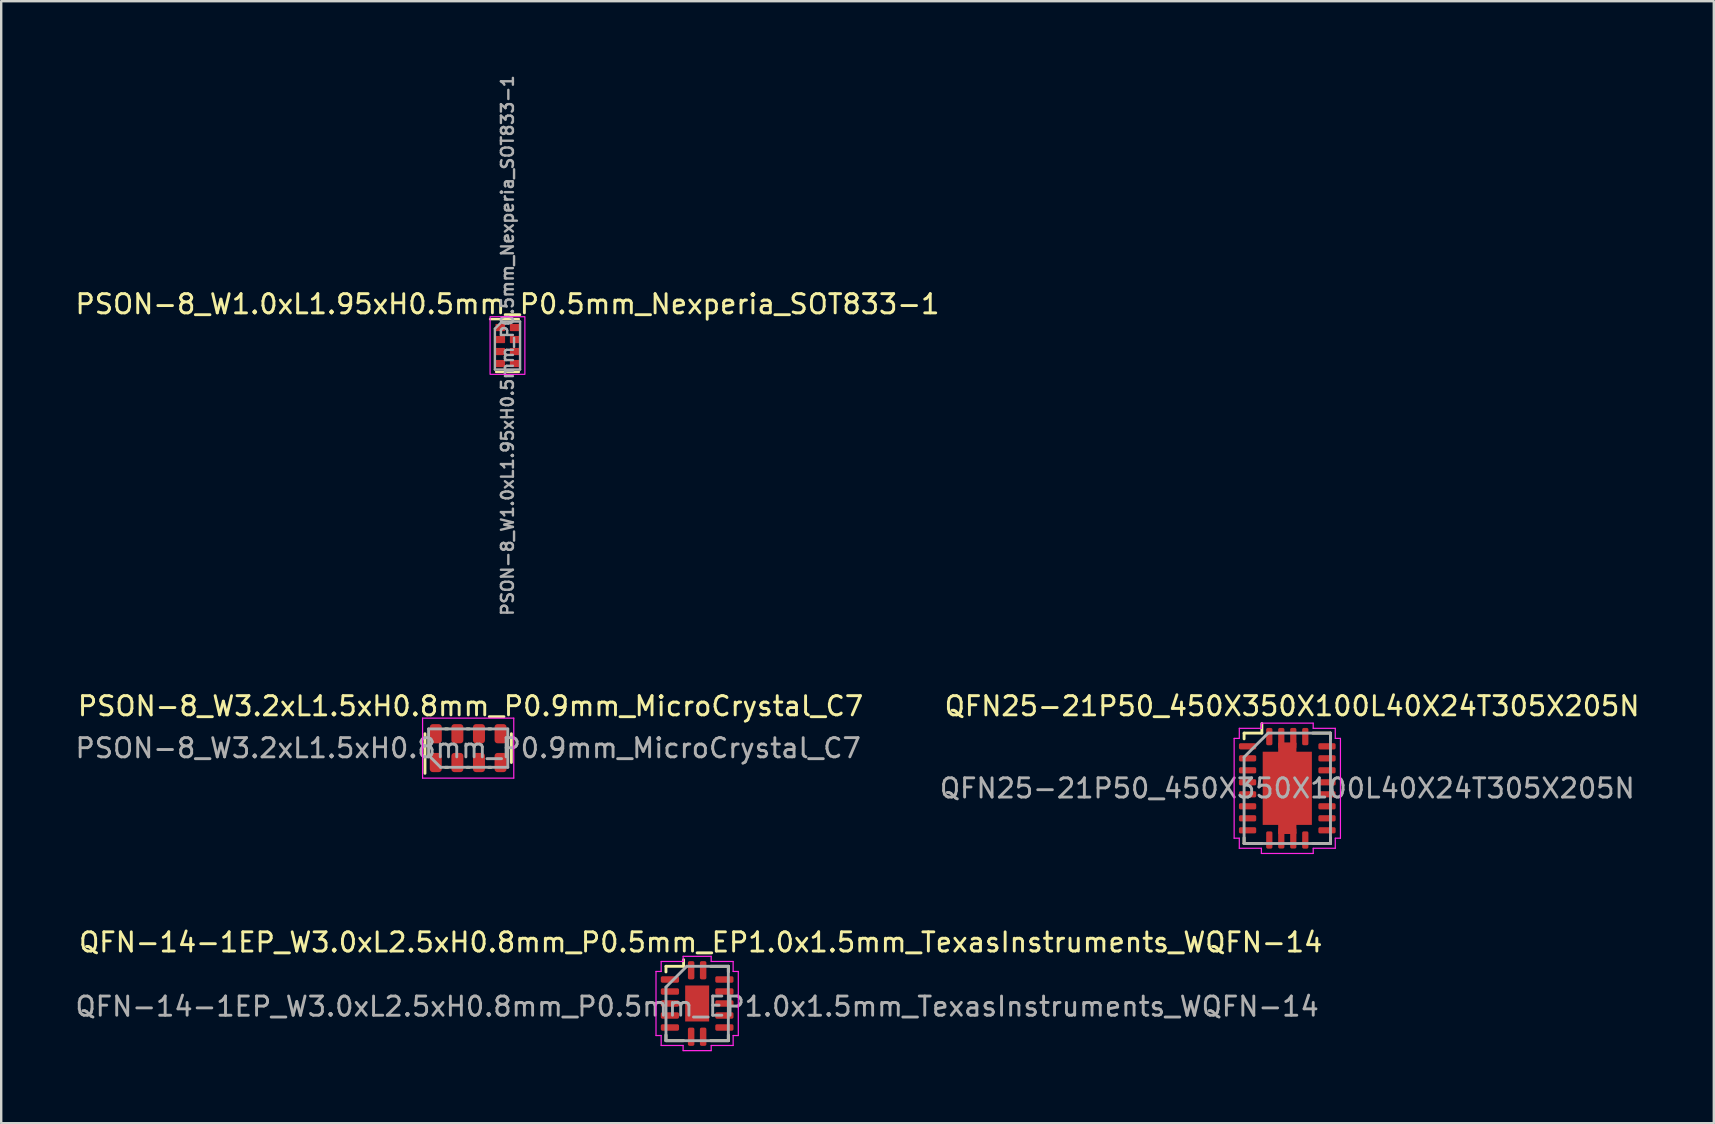
<source format=kicad_pcb>
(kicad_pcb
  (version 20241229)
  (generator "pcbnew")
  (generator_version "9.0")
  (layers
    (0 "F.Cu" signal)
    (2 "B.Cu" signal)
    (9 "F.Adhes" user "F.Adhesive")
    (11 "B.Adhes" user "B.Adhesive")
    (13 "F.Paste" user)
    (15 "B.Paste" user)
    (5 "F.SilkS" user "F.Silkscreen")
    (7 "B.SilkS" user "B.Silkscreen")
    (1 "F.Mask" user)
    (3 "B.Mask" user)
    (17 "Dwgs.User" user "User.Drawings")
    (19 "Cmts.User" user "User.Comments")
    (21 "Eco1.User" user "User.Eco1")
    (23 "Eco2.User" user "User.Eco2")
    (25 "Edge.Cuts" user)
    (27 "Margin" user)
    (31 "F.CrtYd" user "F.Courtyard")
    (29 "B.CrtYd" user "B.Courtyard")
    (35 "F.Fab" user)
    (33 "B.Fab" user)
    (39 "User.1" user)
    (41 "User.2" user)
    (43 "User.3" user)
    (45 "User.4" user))
  (footprint "QFN25-21P50_450X350X100L40X24T305X205N"
    (layer "F.Cu")
    (at 50.6 29.804)
    (property "Reference" "QFN25-21P50_450X350X100L40X24T305X205N" (at 0.2 -3.425 0) (layer "F.SilkS") (effects (font (size 0.8 0.8) (thickness 0.12))))
    (attr smd)
    (fp_line (start -1.8 -2.3) (end -1.06 -2.3) (stroke (width 0.12) (type solid)) (layer "F.SilkS"))
    (fp_line (start -1.8 -2.06) (end -1.8 -2.3) (stroke (width 0.12) (type solid)) (layer "F.SilkS"))
    (fp_line (start -1.8 2.06) (end -1.8 2.3) (stroke (width 0.12) (type solid)) (layer "F.SilkS"))
    (fp_line (start -1.8 2.3) (end -1.06 2.3) (stroke (width 0.12) (type solid)) (layer "F.SilkS"))
    (fp_line (start -1.06 -2.3) (end -1.06 -2.7) (stroke (width 0.12) (type solid)) (layer "F.SilkS"))
    (fp_line (start 1.8 -2.3) (end 1.06 -2.3) (stroke (width 0.12) (type solid)) (layer "F.SilkS"))
    (fp_line (start 1.8 -2.06) (end 1.8 -2.3) (stroke (width 0.12) (type solid)) (layer "F.SilkS"))
    (fp_line (start 1.8 2.06) (end 1.8 2.3) (stroke (width 0.12) (type solid)) (layer "F.SilkS"))
    (fp_line (start 1.8 2.3) (end 1.06 2.3) (stroke (width 0.12) (type solid)) (layer "F.SilkS"))
    (fp_line (start -2.215 -2.08) (end -2.215 2.08) (stroke (width 0.05) (type solid)) (layer "F.CrtYd"))
    (fp_line (start -2.215 2.08) (end -2 2.08) (stroke (width 0.05) (type solid)) (layer "F.CrtYd"))
    (fp_line (start -2 -2.5) (end -2 -2.08) (stroke (width 0.05) (type solid)) (layer "F.CrtYd"))
    (fp_line (start -2 -2.08) (end -2.215 -2.08) (stroke (width 0.05) (type solid)) (layer "F.CrtYd"))
    (fp_line (start -2 2.08) (end -2 2.5) (stroke (width 0.05) (type solid)) (layer "F.CrtYd"))
    (fp_line (start -2 2.5) (end -1.08 2.5) (stroke (width 0.05) (type solid)) (layer "F.CrtYd"))
    (fp_line (start -1.08 -2.715) (end -1.08 -2.5) (stroke (width 0.05) (type solid)) (layer "F.CrtYd"))
    (fp_line (start -1.08 -2.5) (end -2 -2.5) (stroke (width 0.05) (type solid)) (layer "F.CrtYd"))
    (fp_line (start -1.08 2.5) (end -1.08 2.715) (stroke (width 0.05) (type solid)) (layer "F.CrtYd"))
    (fp_line (start -1.08 2.715) (end 1.08 2.715) (stroke (width 0.05) (type solid)) (layer "F.CrtYd"))
    (fp_line (start 1.08 -2.715) (end -1.08 -2.715) (stroke (width 0.05) (type solid)) (layer "F.CrtYd"))
    (fp_line (start 1.08 -2.5) (end 1.08 -2.715) (stroke (width 0.05) (type solid)) (layer "F.CrtYd"))
    (fp_line (start 1.08 2.5) (end 2 2.5) (stroke (width 0.05) (type solid)) (layer "F.CrtYd"))
    (fp_line (start 1.08 2.715) (end 1.08 2.5) (stroke (width 0.05) (type solid)) (layer "F.CrtYd"))
    (fp_line (start 2 -2.5) (end 1.08 -2.5) (stroke (width 0.05) (type solid)) (layer "F.CrtYd"))
    (fp_line (start 2 -2.08) (end 2 -2.5) (stroke (width 0.05) (type solid)) (layer "F.CrtYd"))
    (fp_line (start 2 2.08) (end 2.215 2.08) (stroke (width 0.05) (type solid)) (layer "F.CrtYd"))
    (fp_line (start 2 2.5) (end 2 2.08) (stroke (width 0.05) (type solid)) (layer "F.CrtYd"))
    (fp_line (start 2.215 -2.08) (end 2 -2.08) (stroke (width 0.05) (type solid)) (layer "F.CrtYd"))
    (fp_line (start 2.215 2.08) (end 2.215 -2.08) (stroke (width 0.05) (type solid)) (layer "F.CrtYd"))
    (fp_line (start -1.8 -1.3) (end -0.8 -2.3) (stroke (width 0.12) (type solid)) (layer "F.Fab"))
    (fp_line (start -1.8 2.3) (end -1.8 -1.3) (stroke (width 0.12) (type solid)) (layer "F.Fab"))
    (fp_line (start -0.8 -2.3) (end 1.8 -2.3) (stroke (width 0.12) (type solid)) (layer "F.Fab"))
    (fp_line (start 1.8 -2.3) (end 1.8 2.3) (stroke (width 0.12) (type solid)) (layer "F.Fab"))
    (fp_line (start 1.8 2.3) (end -1.8 2.3) (stroke (width 0.12) (type solid)) (layer "F.Fab"))
    (fp_text user "${REFERENCE}" (at 0 0 0) (layer "F.Fab") (effects (font (size 0.8 0.8) (thickness 0.12))))
    (pad "" smd roundrect (at -0.513 0.763) (size 0.75 1.25) (layers "F.Paste") (roundrect_rratio 0.25))
    (pad "" smd roundrect (at -0.489 -0.723) (size 0.704 1.172) (layers "F.Paste") (roundrect_rratio 0.25))
    (pad "" smd roundrect (at 0.513 -0.763) (size 0.75 1.25) (layers "F.Paste") (roundrect_rratio 0.25))
    (pad "" smd roundrect (at 0.513 0.763) (size 0.75 1.25) (layers "F.Paste") (roundrect_rratio 0.25))
    (pad "1" smd roundrect (at -0.75 -2.155 270) (size 0.72 0.26) (layers "F.Cu" "F.Mask" "F.Paste") (roundrect_rratio 0.25))
    (pad "2" smd roundrect (at -1.655 -1.75) (size 0.72 0.26) (layers "F.Cu" "F.Mask" "F.Paste") (roundrect_rratio 0.25))
    (pad "3" smd roundrect (at -1.655 -1.25) (size 0.72 0.26) (layers "F.Cu" "F.Mask" "F.Paste") (roundrect_rratio 0.25))
    (pad "4" smd roundrect (at -1.655 -0.75) (size 0.72 0.26) (layers "F.Cu" "F.Mask" "F.Paste") (roundrect_rratio 0.25))
    (pad "5" smd roundrect (at -1.655 -0.25) (size 0.72 0.26) (layers "F.Cu" "F.Mask" "F.Paste") (roundrect_rratio 0.25))
    (pad "6" smd roundrect (at -1.655 0.25) (size 0.72 0.26) (layers "F.Cu" "F.Mask" "F.Paste") (roundrect_rratio 0.25))
    (pad "7" smd roundrect (at -1.655 0.75) (size 0.72 0.26) (layers "F.Cu" "F.Mask" "F.Paste") (roundrect_rratio 0.25))
    (pad "8" smd roundrect (at -1.655 1.25) (size 0.72 0.26) (layers "F.Cu" "F.Mask" "F.Paste") (roundrect_rratio 0.25))
    (pad "9" smd roundrect (at -1.655 1.75) (size 0.72 0.26) (layers "F.Cu" "F.Mask" "F.Paste") (roundrect_rratio 0.25))
    (pad "10" smd roundrect (at -0.75 2.155 270) (size 0.72 0.26) (layers "F.Cu" "F.Mask" "F.Paste") (roundrect_rratio 0.25))
    (pad "11" smd roundrect (at 0.75 2.155 270) (size 0.72 0.26) (layers "F.Cu" "F.Mask" "F.Paste") (roundrect_rratio 0.25))
    (pad "12" smd roundrect (at 1.655 1.75) (size 0.72 0.26) (layers "F.Cu" "F.Mask" "F.Paste") (roundrect_rratio 0.25))
    (pad "13" smd roundrect (at 1.655 1.25) (size 0.72 0.26) (layers "F.Cu" "F.Mask" "F.Paste") (roundrect_rratio 0.25))
    (pad "14" smd roundrect (at 1.655 0.75) (size 0.72 0.26) (layers "F.Cu" "F.Mask" "F.Paste") (roundrect_rratio 0.25))
    (pad "15" smd roundrect (at 1.655 0.25) (size 0.72 0.26) (layers "F.Cu" "F.Mask" "F.Paste") (roundrect_rratio 0.25))
    (pad "16" smd roundrect (at 1.655 -0.25) (size 0.72 0.26) (layers "F.Cu" "F.Mask" "F.Paste") (roundrect_rratio 0.25))
    (pad "17" smd roundrect (at 1.655 -0.75) (size 0.72 0.26) (layers "F.Cu" "F.Mask" "F.Paste") (roundrect_rratio 0.25))
    (pad "18" smd roundrect (at 1.655 -1.25) (size 0.72 0.26) (layers "F.Cu" "F.Mask" "F.Paste") (roundrect_rratio 0.25))
    (pad "19" smd roundrect (at 1.655 -1.75) (size 0.72 0.26) (layers "F.Cu" "F.Mask" "F.Paste") (roundrect_rratio 0.25))
    (pad "20" smd roundrect (at 0.75 -2.155 270) (size 0.72 0.26) (layers "F.Cu" "F.Mask" "F.Paste") (roundrect_rratio 0.25))
    (pad "21" smd roundrect (at -0.25 -2.155 270) (size 0.72 0.26) (layers "F.Cu" "F.Mask" "F.Paste") (roundrect_rratio 0.25))
    (pad "21" smd roundrect (at -0.25 2.15 270) (size 0.72 0.26) (layers "F.Cu" "F.Mask" "F.Paste") (roundrect_rratio 0.25))
    (pad "21" smd roundrect (at 0 -1.775) (size 0.76 0.26) (layers "F.Cu" "F.Mask" "F.Paste") (roundrect_rratio 0.25))
    (pad "21" smd rect (at 0 0) (size 0.76 3.8) (layers "F.Cu" "F.Mask"))
    (pad "21" smd rect (at 0 0) (size 2.05 3.05) (layers "F.Cu" "F.Mask"))
    (pad "21" smd roundrect (at 0 1.775) (size 0.76 0.26) (layers "F.Cu" "F.Mask" "F.Paste") (roundrect_rratio 0.25))
    (pad "21" smd roundrect (at 0.25 -2.155 270) (size 0.72 0.26) (layers "F.Cu" "F.Mask" "F.Paste") (roundrect_rratio 0.25))
    (pad "21" smd roundrect (at 0.25 2.15 270) (size 0.72 0.26) (layers "F.Cu" "F.Mask" "F.Paste") (roundrect_rratio 0.25)))
  (footprint "QFN-14-1EP_W3.0xL2.5xH0.8mm_P0.5mm_EP1.0x1.5mm_TexasInstruments_WQFN-14"
    (layer "F.Cu")
    (at 26.005 38.772)
    (property "Reference" "QFN-14-1EP_W3.0xL2.5xH0.8mm_P0.5mm_EP1.0x1.5mm_TexasInstruments_WQFN-14" (at 0.15 -2.55 0) (layer "F.SilkS") (effects (font (size 0.8 0.8) (thickness 0.12))))
    (attr smd)
    (fp_line (start -1.3 -1.55) (end -1.3 -1.315) (stroke (width 0.12) (type solid)) (layer "F.SilkS"))
    (fp_line (start -1.3 1.55) (end -1.3 1.315) (stroke (width 0.12) (type solid)) (layer "F.SilkS"))
    (fp_line (start -0.565 -1.825) (end -0.565 -1.55) (stroke (width 0.12) (type solid)) (layer "F.SilkS"))
    (fp_line (start -0.565 -1.55) (end -1.3 -1.55) (stroke (width 0.12) (type solid)) (layer "F.SilkS"))
    (fp_line (start -0.565 1.55) (end -1.3 1.55) (stroke (width 0.12) (type solid)) (layer "F.SilkS"))
    (fp_line (start 0.565 -1.55) (end 1.3 -1.55) (stroke (width 0.12) (type solid)) (layer "F.SilkS"))
    (fp_line (start 0.565 1.55) (end 1.3 1.55) (stroke (width 0.12) (type solid)) (layer "F.SilkS"))
    (fp_line (start 1.3 -1.55) (end 1.3 -1.315) (stroke (width 0.12) (type solid)) (layer "F.SilkS"))
    (fp_line (start 1.3 1.55) (end 1.3 1.315) (stroke (width 0.12) (type solid)) (layer "F.SilkS"))
    (fp_line (start -1.715 -1.335) (end -1.715 1.335) (stroke (width 0.05) (type solid)) (layer "F.CrtYd"))
    (fp_line (start -1.715 1.335) (end -1.5 1.335) (stroke (width 0.05) (type solid)) (layer "F.CrtYd"))
    (fp_line (start -1.5 -1.75) (end -1.5 -1.335) (stroke (width 0.05) (type solid)) (layer "F.CrtYd"))
    (fp_line (start -1.5 -1.335) (end -1.715 -1.335) (stroke (width 0.05) (type solid)) (layer "F.CrtYd"))
    (fp_line (start -1.5 1.335) (end -1.5 1.75) (stroke (width 0.05) (type solid)) (layer "F.CrtYd"))
    (fp_line (start -1.5 1.75) (end -0.585 1.75) (stroke (width 0.05) (type solid)) (layer "F.CrtYd"))
    (fp_line (start -0.585 -1.965) (end -0.585 -1.75) (stroke (width 0.05) (type solid)) (layer "F.CrtYd"))
    (fp_line (start -0.585 -1.75) (end -1.5 -1.75) (stroke (width 0.05) (type solid)) (layer "F.CrtYd"))
    (fp_line (start -0.585 1.75) (end -0.585 1.965) (stroke (width 0.05) (type solid)) (layer "F.CrtYd"))
    (fp_line (start -0.585 1.965) (end 0.585 1.965) (stroke (width 0.05) (type solid)) (layer "F.CrtYd"))
    (fp_line (start 0.585 -1.965) (end -0.585 -1.965) (stroke (width 0.05) (type solid)) (layer "F.CrtYd"))
    (fp_line (start 0.585 -1.75) (end 0.585 -1.965) (stroke (width 0.05) (type solid)) (layer "F.CrtYd"))
    (fp_line (start 0.585 1.75) (end 1.5 1.75) (stroke (width 0.05) (type solid)) (layer "F.CrtYd"))
    (fp_line (start 0.585 1.965) (end 0.585 1.75) (stroke (width 0.05) (type solid)) (layer "F.CrtYd"))
    (fp_line (start 1.5 -1.75) (end 0.585 -1.75) (stroke (width 0.05) (type solid)) (layer "F.CrtYd"))
    (fp_line (start 1.5 -1.335) (end 1.5 -1.75) (stroke (width 0.05) (type solid)) (layer "F.CrtYd"))
    (fp_line (start 1.5 1.335) (end 1.715 1.335) (stroke (width 0.05) (type solid)) (layer "F.CrtYd"))
    (fp_line (start 1.5 1.75) (end 1.5 1.335) (stroke (width 0.05) (type solid)) (layer "F.CrtYd"))
    (fp_line (start 1.715 -1.335) (end 1.5 -1.335) (stroke (width 0.05) (type solid)) (layer "F.CrtYd"))
    (fp_line (start 1.715 1.335) (end 1.715 -1.335) (stroke (width 0.05) (type solid)) (layer "F.CrtYd"))
    (fp_line (start -1.3 -0.683) (end -0.433 -1.55) (stroke (width 0.12) (type solid)) (layer "F.Fab"))
    (fp_line (start -1.3 1.55) (end -1.3 -0.683) (stroke (width 0.12) (type solid)) (layer "F.Fab"))
    (fp_line (start -0.433 -1.55) (end 1.3 -1.55) (stroke (width 0.12) (type solid)) (layer "F.Fab"))
    (fp_line (start 1.3 -1.55) (end 1.3 1.55) (stroke (width 0.12) (type solid)) (layer "F.Fab"))
    (fp_line (start 1.3 1.55) (end -1.3 1.55) (stroke (width 0.12) (type solid)) (layer "F.Fab"))
    (fp_text user "${REFERENCE}" (at 0 0.125 0) (layer "F.Fab") (effects (font (size 0.8 0.8) (thickness 0.12))))
    (pad "" smd roundrect (at 0 -0.375 270) (size 0.6 0.8) (layers "F.Paste") (roundrect_rratio 0.25))
    (pad "" smd roundrect (at 0 0.375 270) (size 0.6 0.8) (layers "F.Paste") (roundrect_rratio 0.25))
    (pad "1" smd roundrect (at -0.25 -1.385 90) (size 0.76 0.27) (layers "F.Cu" "F.Mask" "F.Paste") (roundrect_rratio 0.252))
    (pad "2" smd roundrect (at -1.135 -1) (size 0.76 0.27) (layers "F.Cu" "F.Mask" "F.Paste") (roundrect_rratio 0.252))
    (pad "3" smd roundrect (at -1.135 -0.5) (size 0.76 0.27) (layers "F.Cu" "F.Mask" "F.Paste") (roundrect_rratio 0.252))
    (pad "4" smd roundrect (at -1.135 0) (size 0.76 0.27) (layers "F.Cu" "F.Mask" "F.Paste") (roundrect_rratio 0.252))
    (pad "5" smd roundrect (at -1.135 0.5) (size 0.76 0.27) (layers "F.Cu" "F.Mask" "F.Paste") (roundrect_rratio 0.252))
    (pad "6" smd roundrect (at -1.135 1) (size 0.76 0.27) (layers "F.Cu" "F.Mask" "F.Paste") (roundrect_rratio 0.252))
    (pad "7" smd roundrect (at -0.25 1.385 90) (size 0.76 0.27) (layers "F.Cu" "F.Mask" "F.Paste") (roundrect_rratio 0.252))
    (pad "8" smd roundrect (at 0.25 1.385 90) (size 0.76 0.27) (layers "F.Cu" "F.Mask" "F.Paste") (roundrect_rratio 0.252))
    (pad "9" smd roundrect (at 1.135 1) (size 0.76 0.27) (layers "F.Cu" "F.Mask" "F.Paste") (roundrect_rratio 0.252))
    (pad "10" smd roundrect (at 1.135 0.5) (size 0.76 0.27) (layers "F.Cu" "F.Mask" "F.Paste") (roundrect_rratio 0.252))
    (pad "11" smd roundrect (at 1.135 0) (size 0.76 0.27) (layers "F.Cu" "F.Mask" "F.Paste") (roundrect_rratio 0.252))
    (pad "12" smd roundrect (at 1.135 -0.5) (size 0.76 0.27) (layers "F.Cu" "F.Mask" "F.Paste") (roundrect_rratio 0.252))
    (pad "13" smd roundrect (at 1.135 -1) (size 0.76 0.27) (layers "F.Cu" "F.Mask" "F.Paste") (roundrect_rratio 0.252))
    (pad "14" smd roundrect (at 0.25 -1.385 90) (size 0.76 0.27) (layers "F.Cu" "F.Mask" "F.Paste") (roundrect_rratio 0.252))
    (pad "15" smd rect (at 0 0 90) (size 1.5 1) (property pad_prop_heatsink) (layers "F.Cu" "F.Mask")))
  (footprint "PSON-8_W1.0xL1.95xH0.5mm_P0.5mm_Nexperia_SOT833-1"
    (layer "F.Cu")
    (at 18.1 11.35)
    (property "Reference" "PSON-8_W1.0xL1.95xH0.5mm_P0.5mm_Nexperia_SOT833-1" (at 0 -1.725 0) (unlocked yes) (layer "F.SilkS") (effects (font (size 0.8 0.8) (thickness 0.12))))
    (attr smd)
    (fp_line (start -0.725 -1.1) (end 0.475 -1.1) (stroke (width 0.1) (type default)) (layer "F.SilkS"))
    (fp_line (start -0.475 1.1) (end 0.475 1.1) (stroke (width 0.1) (type default)) (layer "F.SilkS"))
    (fp_rect (start -0.725 -1.2) (end 0.725 1.2) (stroke (width 0.05) (type default)) (fill no) (layer "F.CrtYd"))
    (fp_line (start -0.525 1) (end -0.525 -0.7) (stroke (width 0.1) (type default)) (layer "F.Fab"))
    (fp_line (start -0.525 1) (end 0.525 1) (stroke (width 0.1) (type default)) (layer "F.Fab"))
    (fp_line (start -0.225 -1) (end -0.525 -0.7) (stroke (width 0.1) (type default)) (layer "F.Fab"))
    (fp_line (start 0.525 -1) (end -0.225 -1) (stroke (width 0.1) (type default)) (layer "F.Fab"))
    (fp_line (start 0.525 1) (end 0.525 -1) (stroke (width 0.1) (type default)) (layer "F.Fab"))
    (fp_text user "${REFERENCE}" (at 0 0 90) (unlocked yes) (layer "F.Fab") (effects (font (size 0.5 0.5) (thickness 0.1))))
    (pad "1" smd roundrect (at -0.3 -0.75) (size 0.4 0.3) (layers "F.Cu" "F.Mask" "F.Paste") (roundrect_rratio 0.1))
    (pad "2" smd roundrect (at -0.3 -0.25) (size 0.4 0.3) (layers "F.Cu" "F.Mask" "F.Paste") (roundrect_rratio 0.1))
    (pad "3" smd roundrect (at -0.3 0.25) (size 0.4 0.3) (layers "F.Cu" "F.Mask" "F.Paste") (roundrect_rratio 0.1))
    (pad "4" smd roundrect (at -0.3 0.75) (size 0.4 0.3) (layers "F.Cu" "F.Mask" "F.Paste") (roundrect_rratio 0.1))
    (pad "5" smd roundrect (at 0.3 0.75) (size 0.4 0.3) (layers "F.Cu" "F.Mask" "F.Paste") (roundrect_rratio 0.1))
    (pad "6" smd roundrect (at 0.3 0.25) (size 0.4 0.3) (layers "F.Cu" "F.Mask" "F.Paste") (roundrect_rratio 0.1))
    (pad "7" smd roundrect (at 0.3 -0.25) (size 0.4 0.3) (layers "F.Cu" "F.Mask" "F.Paste") (roundrect_rratio 0.1))
    (pad "8" smd roundrect (at 0.3 -0.75) (size 0.4 0.3) (layers "F.Cu" "F.Mask" "F.Paste") (roundrect_rratio 0.1)))
  (footprint "PSON-8_W3.2xL1.5xH0.8mm_P0.9mm_MicroCrystal_C7"
    (layer "F.Cu")
    (at 16.462 28.129)
    (property "Reference" "PSON-8_W3.2xL1.5xH0.8mm_P0.9mm_MicroCrystal_C7" (at 0.1 -1.75 0) (layer "F.SilkS") (effects (font (size 0.8 0.8) (thickness 0.12))))
    (attr smd)
    (fp_line (start -1.8 1.05) (end -1.8 -0.6) (stroke (width 0.12) (type solid)) (layer "F.SilkS"))
    (fp_line (start -0.95 -0.8) (end -0.85 -0.8) (stroke (width 0.12) (type solid)) (layer "F.SilkS"))
    (fp_line (start -0.95 0.8) (end -0.85 0.8) (stroke (width 0.12) (type solid)) (layer "F.SilkS"))
    (fp_line (start -0.05 -0.8) (end 0.05 -0.8) (stroke (width 0.12) (type solid)) (layer "F.SilkS"))
    (fp_line (start -0.05 0.8) (end 0.05 0.8) (stroke (width 0.12) (type solid)) (layer "F.SilkS"))
    (fp_line (start 0.85 -0.8) (end 0.95 -0.8) (stroke (width 0.12) (type solid)) (layer "F.SilkS"))
    (fp_line (start 0.85 0.8) (end 0.95 0.8) (stroke (width 0.12) (type solid)) (layer "F.SilkS"))
    (fp_line (start 1.8 0.6) (end 1.8 -0.6) (stroke (width 0.12) (type solid)) (layer "F.SilkS"))
    (fp_line (start -1.9 -1.25) (end 1.9 -1.25) (stroke (width 0.05) (type solid)) (layer "F.CrtYd"))
    (fp_line (start -1.9 1.25) (end -1.9 -1.25) (stroke (width 0.05) (type solid)) (layer "F.CrtYd"))
    (fp_line (start 1.9 -1.25) (end 1.9 1.25) (stroke (width 0.05) (type solid)) (layer "F.CrtYd"))
    (fp_line (start 1.9 1.25) (end -1.9 1.25) (stroke (width 0.05) (type solid)) (layer "F.CrtYd"))
    (fp_line (start -1.65 -0.8) (end 1.65 -0.8) (stroke (width 0.12) (type solid)) (layer "F.Fab"))
    (fp_line (start -1.65 0.3) (end -1.65 -0.8) (stroke (width 0.12) (type solid)) (layer "F.Fab"))
    (fp_line (start -1.65 0.3) (end -1.15 0.8) (stroke (width 0.12) (type solid)) (layer "F.Fab"))
    (fp_line (start 1.65 -0.8) (end 1.65 0.8) (stroke (width 0.12) (type solid)) (layer "F.Fab"))
    (fp_line (start 1.65 0.8) (end -1.15 0.8) (stroke (width 0.12) (type solid)) (layer "F.Fab"))
    (fp_text user "${REFERENCE}" (at 0 0 0) (layer "F.Fab") (effects (font (size 0.8 0.8) (thickness 0.12))))
    (pad "1" smd roundrect (at -1.35 0.6) (size 0.5 0.8) (layers "F.Cu" "F.Mask" "F.Paste") (roundrect_rratio 0.25))
    (pad "2" smd roundrect (at -0.45 0.6) (size 0.5 0.8) (layers "F.Cu" "F.Mask" "F.Paste") (roundrect_rratio 0.25))
    (pad "3" smd roundrect (at 0.45 0.6) (size 0.5 0.8) (layers "F.Cu" "F.Mask" "F.Paste") (roundrect_rratio 0.25))
    (pad "4" smd roundrect (at 1.35 0.6) (size 0.5 0.8) (layers "F.Cu" "F.Mask" "F.Paste") (roundrect_rratio 0.25))
    (pad "5" smd roundrect (at 1.35 -0.6 180) (size 0.5 0.8) (layers "F.Cu" "F.Mask" "F.Paste") (roundrect_rratio 0.25))
    (pad "6" smd roundrect (at 0.45 -0.6 180) (size 0.5 0.8) (layers "F.Cu" "F.Mask" "F.Paste") (roundrect_rratio 0.25))
    (pad "7" smd roundrect (at -0.45 -0.6 180) (size 0.5 0.8) (layers "F.Cu" "F.Mask" "F.Paste") (roundrect_rratio 0.25))
    (pad "8" smd roundrect (at -1.35 -0.6 180) (size 0.5 0.8) (layers "F.Cu" "F.Mask" "F.Paste") (roundrect_rratio 0.25)))
  (gr_rect
    (start -3 -3)
    (end 68.376 43.762)
    (stroke (width 0.1) (type default))
    (fill no)
    (layer "Edge.Cuts")))
</source>
